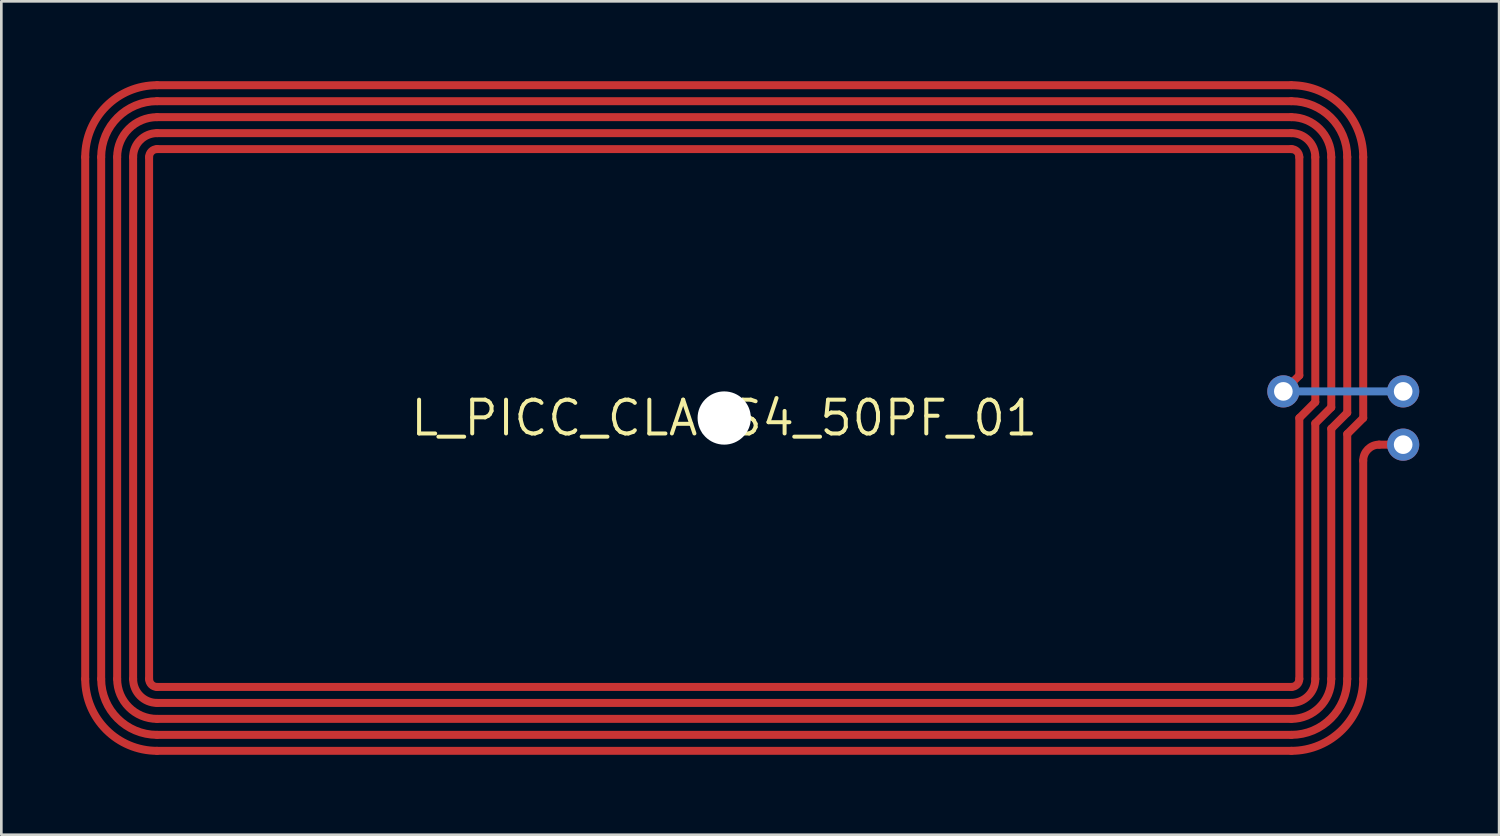
<source format=kicad_pcb>
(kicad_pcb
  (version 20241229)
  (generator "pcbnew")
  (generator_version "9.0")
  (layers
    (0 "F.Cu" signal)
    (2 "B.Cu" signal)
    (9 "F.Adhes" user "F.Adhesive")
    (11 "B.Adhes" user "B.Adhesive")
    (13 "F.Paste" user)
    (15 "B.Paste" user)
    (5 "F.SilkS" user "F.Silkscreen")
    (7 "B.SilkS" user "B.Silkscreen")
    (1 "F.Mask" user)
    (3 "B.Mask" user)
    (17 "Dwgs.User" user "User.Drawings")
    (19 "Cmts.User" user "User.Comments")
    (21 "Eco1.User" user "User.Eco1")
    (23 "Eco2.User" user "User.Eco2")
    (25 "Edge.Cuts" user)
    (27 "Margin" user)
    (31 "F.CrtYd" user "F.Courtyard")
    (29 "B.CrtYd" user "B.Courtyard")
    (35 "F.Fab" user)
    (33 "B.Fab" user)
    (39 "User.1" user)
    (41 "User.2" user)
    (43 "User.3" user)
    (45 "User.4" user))
  (footprint "L_PICC_CLASS4_50PF_01"
    (layer "F.Cu")
    (at 24.15 12.65)
    (property "Reference" "L_PICC_CLASS4_50PF_01" (at 0 0 0) (layer "F.SilkS") (effects (font (size 1.27 1.27) (thickness 0.15))))
    (fp_line (start -24 -9.8) (end -24 9.8) (stroke (width 0.3) (type solid)) (layer "F.Cu"))
    (fp_line (start -23.4 -9.8) (end -23.4 9.8) (stroke (width 0.3) (type solid)) (layer "F.Cu"))
    (fp_line (start -22.8 -9.8) (end -22.8 9.8) (stroke (width 0.3) (type solid)) (layer "F.Cu"))
    (fp_line (start -22.2 -9.8) (end -22.2 9.8) (stroke (width 0.3) (type solid)) (layer "F.Cu"))
    (fp_line (start -21.6 -9.8) (end -21.6 9.8) (stroke (width 0.3) (type solid)) (layer "F.Cu"))
    (fp_line (start -21.3 -12.5) (end 21.3 -12.5) (stroke (width 0.3) (type solid)) (layer "F.Cu"))
    (fp_line (start -21.3 -11.9) (end 21.3 -11.9) (stroke (width 0.3) (type solid)) (layer "F.Cu"))
    (fp_line (start -21.3 -11.3) (end 21.3 -11.3) (stroke (width 0.3) (type solid)) (layer "F.Cu"))
    (fp_line (start -21.3 -10.7) (end 21.3 -10.7) (stroke (width 0.3) (type solid)) (layer "F.Cu"))
    (fp_line (start -21.3 -10.1) (end 21.3 -10.1) (stroke (width 0.3) (type solid)) (layer "F.Cu"))
    (fp_line (start -21.3 10.1) (end 21.3 10.1) (stroke (width 0.3) (type solid)) (layer "F.Cu"))
    (fp_line (start -21.3 10.7) (end 21.3 10.7) (stroke (width 0.3) (type solid)) (layer "F.Cu"))
    (fp_line (start -21.3 11.3) (end 21.3 11.3) (stroke (width 0.3) (type solid)) (layer "F.Cu"))
    (fp_line (start -21.3 11.9) (end 21.3 11.9) (stroke (width 0.3) (type solid)) (layer "F.Cu"))
    (fp_line (start -21.3 12.5) (end 21.3 12.5) (stroke (width 0.3) (type solid)) (layer "F.Cu"))
    (fp_line (start 21.6 -9.8) (end 21.6 -1.6) (stroke (width 0.3) (type solid)) (layer "F.Cu"))
    (fp_line (start 21.6 -1.6) (end 21 -1) (stroke (width 0.3) (type solid)) (layer "F.Cu"))
    (fp_line (start 21.6 0) (end 21.6 9.8) (stroke (width 0.3) (type solid)) (layer "F.Cu"))
    (fp_line (start 22.2 -9.8) (end 22.2 -0.6) (stroke (width 0.3) (type solid)) (layer "F.Cu"))
    (fp_line (start 22.2 -0.6) (end 21.6 0) (stroke (width 0.3) (type solid)) (layer "F.Cu"))
    (fp_line (start 22.2 0.2) (end 22.2 9.8) (stroke (width 0.3) (type solid)) (layer "F.Cu"))
    (fp_line (start 22.8 -9.8) (end 22.8 -0.4) (stroke (width 0.3) (type solid)) (layer "F.Cu"))
    (fp_line (start 22.8 -0.4) (end 22.2 0.2) (stroke (width 0.3) (type solid)) (layer "F.Cu"))
    (fp_line (start 22.8 0.4) (end 22.8 9.8) (stroke (width 0.3) (type solid)) (layer "F.Cu"))
    (fp_line (start 23.4 -9.8) (end 23.4 -0.2) (stroke (width 0.3) (type solid)) (layer "F.Cu"))
    (fp_line (start 23.4 -0.2) (end 22.8 0.4) (stroke (width 0.3) (type solid)) (layer "F.Cu"))
    (fp_line (start 23.4 0.6) (end 23.4 9.8) (stroke (width 0.3) (type solid)) (layer "F.Cu"))
    (fp_line (start 24 -9.8) (end 24 0) (stroke (width 0.3) (type solid)) (layer "F.Cu"))
    (fp_line (start 24 0) (end 23.4 0.6) (stroke (width 0.3) (type solid)) (layer "F.Cu"))
    (fp_line (start 24 9.8) (end 24 1.6) (stroke (width 0.3) (type solid)) (layer "F.Cu"))
    (fp_line (start 24.6 1) (end 25.5 1) (stroke (width 0.3) (type solid)) (layer "F.Cu"))
    (fp_arc (start -24 -9.8) (mid -23.209188 -11.709188) (end -21.3 -12.5) (stroke (width 0.3) (type solid)) (layer "F.Cu"))
    (fp_arc (start -23.4 -9.8) (mid -22.784924 -11.284924) (end -21.3 -11.9) (stroke (width 0.3) (type solid)) (layer "F.Cu"))
    (fp_arc (start -22.8 -9.8) (mid -22.36066 -10.86066) (end -21.3 -11.3) (stroke (width 0.3) (type solid)) (layer "F.Cu"))
    (fp_arc (start -22.2 -9.8) (mid -21.936396 -10.436396) (end -21.3 -10.7) (stroke (width 0.3) (type solid)) (layer "F.Cu"))
    (fp_arc (start -21.6 -9.8) (mid -21.512132 -10.012132) (end -21.3 -10.1) (stroke (width 0.3) (type solid)) (layer "F.Cu"))
    (fp_arc (start -21.3 10.1) (mid -21.512132 10.012132) (end -21.6 9.8) (stroke (width 0.3) (type solid)) (layer "F.Cu"))
    (fp_arc (start -21.3 10.7) (mid -21.936396 10.436396) (end -22.2 9.8) (stroke (width 0.3) (type solid)) (layer "F.Cu"))
    (fp_arc (start -21.3 11.3) (mid -22.36066 10.86066) (end -22.8 9.8) (stroke (width 0.3) (type solid)) (layer "F.Cu"))
    (fp_arc (start -21.3 11.9) (mid -22.784924 11.284924) (end -23.4 9.8) (stroke (width 0.3) (type solid)) (layer "F.Cu"))
    (fp_arc (start -21.3 12.5) (mid -23.209188 11.709188) (end -24 9.8) (stroke (width 0.3) (type solid)) (layer "F.Cu"))
    (fp_arc (start 21.3 -12.5) (mid 23.209188 -11.709188) (end 24 -9.8) (stroke (width 0.3) (type solid)) (layer "F.Cu"))
    (fp_arc (start 21.3 -11.9) (mid 22.784924 -11.284924) (end 23.4 -9.8) (stroke (width 0.3) (type solid)) (layer "F.Cu"))
    (fp_arc (start 21.3 -11.3) (mid 22.36066 -10.86066) (end 22.8 -9.8) (stroke (width 0.3) (type solid)) (layer "F.Cu"))
    (fp_arc (start 21.3 -10.7) (mid 21.936396 -10.436396) (end 22.2 -9.8) (stroke (width 0.3) (type solid)) (layer "F.Cu"))
    (fp_arc (start 21.3 -10.1) (mid 21.512132 -10.012132) (end 21.6 -9.8) (stroke (width 0.3) (type solid)) (layer "F.Cu"))
    (fp_arc (start 21.6 9.8) (mid 21.512132 10.012132) (end 21.3 10.1) (stroke (width 0.3) (type solid)) (layer "F.Cu"))
    (fp_arc (start 22.2 9.8) (mid 21.936396 10.436396) (end 21.3 10.7) (stroke (width 0.3) (type solid)) (layer "F.Cu"))
    (fp_arc (start 22.8 9.8) (mid 22.36066 10.86066) (end 21.3 11.3) (stroke (width 0.3) (type solid)) (layer "F.Cu"))
    (fp_arc (start 23.4 9.8) (mid 22.784924 11.284924) (end 21.3 11.9) (stroke (width 0.3) (type solid)) (layer "F.Cu"))
    (fp_arc (start 24 1.6) (mid 24.175736 1.175736) (end 24.6 1) (stroke (width 0.3) (type solid)) (layer "F.Cu"))
    (fp_arc (start 24 9.8) (mid 23.209188 11.709188) (end 21.3 12.5) (stroke (width 0.3) (type solid)) (layer "F.Cu"))
    (fp_line (start -2.54 0) (end 2.54 0) (stroke (width 0.61) (type solid)) (layer "F.Mask"))
    (fp_line (start 0 -2.54) (end 0 2.54) (stroke (width 0.61) (type solid)) (layer "F.Mask"))
    (fp_circle (center 0 0) (end 5.08 0) (stroke (width 0.61) (type solid)) (fill no) (layer "F.Mask"))
    (fp_line (start 21 -1) (end 25.5 -1) (stroke (width 0.3) (type solid)) (layer "B.Cu"))
    (fp_text user "CLASS 4 - 50 PF #01" (at -9.82 -6.7 0) (layer "F.Mask") (effects (font (size 1.636 1.636) (thickness 0.142)) (justify left bottom)))
    (fp_text user "48 X 25 MM" (at 6.68 -3.12 0) (layer "F.Mask") (effects (font (size 1.636 1.636) (thickness 0.142)) (justify left bottom)))
    (fp_text user "5 TURNS" (at 6.68 7.24 0) (layer "F.Mask") (effects (font (size 1.636 1.636) (thickness 0.142)) (justify left bottom)))
    (fp_text user "W = 0.3MM" (at -19.32 -2.92 0) (layer "F.Mask") (effects (font (size 1.636 1.636) (thickness 0.142)) (justify left bottom)))
    (fp_text user "G = 0.3 MM" (at -19.32 7.16 0) (layer "F.Mask") (effects (font (size 1.636 1.636) (thickness 0.142)) (justify left bottom)))
    (pad "" np_thru_hole circle (at 0 0) (size 2 2) (drill 2) (layers "*.Cu" "*.Mask"))
    (pad "P$1" thru_hole circle (at 25.5 -1) (size 1.208 1.208) (drill 0.7) (layers "*.Cu" "*.Mask"))
    (pad "P$2" thru_hole circle (at 25.5 1) (size 1.208 1.208) (drill 0.7) (layers "*.Cu" "*.Mask"))
    (pad "P$3" thru_hole circle (at 21 -1) (size 1.208 1.208) (drill 0.7) (layers "*.Cu" "*.Mask")))
  (gr_rect
    (start -3 -3)
    (end 53.254 28.3)
    (stroke (width 0.1) (type default))
    (fill no)
    (layer "Edge.Cuts")))
</source>
